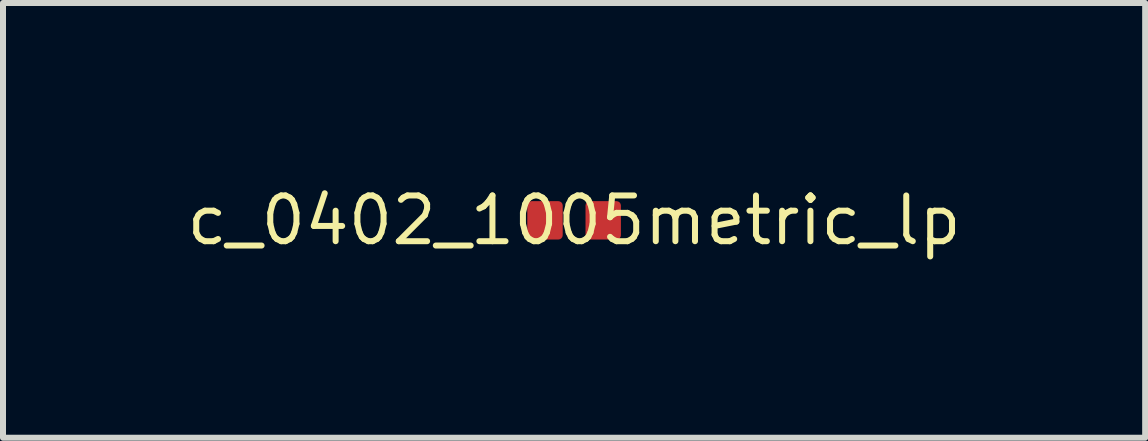
<source format=kicad_pcb>
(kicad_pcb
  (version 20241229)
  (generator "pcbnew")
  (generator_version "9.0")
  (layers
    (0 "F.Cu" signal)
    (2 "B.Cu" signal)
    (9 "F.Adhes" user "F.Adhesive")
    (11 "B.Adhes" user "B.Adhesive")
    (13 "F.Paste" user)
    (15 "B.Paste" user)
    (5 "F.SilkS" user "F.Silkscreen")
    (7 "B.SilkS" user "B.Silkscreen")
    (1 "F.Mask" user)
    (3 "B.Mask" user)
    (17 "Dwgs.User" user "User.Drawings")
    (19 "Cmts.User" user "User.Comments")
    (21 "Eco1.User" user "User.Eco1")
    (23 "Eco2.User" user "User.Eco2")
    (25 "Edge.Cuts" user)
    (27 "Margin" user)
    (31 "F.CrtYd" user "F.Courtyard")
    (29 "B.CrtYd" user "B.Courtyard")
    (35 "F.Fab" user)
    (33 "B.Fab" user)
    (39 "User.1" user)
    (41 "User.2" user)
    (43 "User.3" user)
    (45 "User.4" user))
  (footprint "c_0402_1005metric_lp"
    (layer "F.Cu")
    (at 6.515 0.621)
    (property "Reference" "c_0402_1005metric_lp" (at 0 0 0) (layer "F.SilkS") (effects (font (size 0.762 0.762) (thickness 0.1))))
    (attr through_hole)
    (fp_poly (pts (xy -0.04 -0.246) (xy -0.044 -0.29) (xy -0.057 -0.332) (xy -0.078 -0.371) (xy -0.106 -0.404) (xy -0.139 -0.432) (xy -0.178 -0.453) (xy -0.22 -0.466) (xy -0.264 -0.47) (xy -0.706 -0.47) (xy -0.75 -0.466) (xy -0.792 -0.453) (xy -0.831 -0.432) (xy -0.864 -0.404) (xy -0.892 -0.371) (xy -0.913 -0.332) (xy -0.926 -0.29) (xy -0.93 -0.246) (xy -0.93 0.246) (xy -0.926 0.29) (xy -0.913 0.332) (xy -0.892 0.371) (xy -0.864 0.404) (xy -0.831 0.432) (xy -0.792 0.453) (xy -0.75 0.466) (xy -0.706 0.47) (xy -0.264 0.47) (xy -0.22 0.466) (xy -0.178 0.453) (xy -0.139 0.432) (xy -0.106 0.404) (xy -0.078 0.371) (xy -0.057 0.332) (xy -0.044 0.29) (xy -0.04 0.246)) (stroke (width 0) (type solid)) (fill yes) (layer "F.Mask"))
    (fp_poly (pts (xy 0.93 -0.246) (xy 0.926 -0.29) (xy 0.913 -0.332) (xy 0.892 -0.371) (xy 0.864 -0.404) (xy 0.831 -0.432) (xy 0.792 -0.453) (xy 0.75 -0.466) (xy 0.706 -0.47) (xy 0.264 -0.47) (xy 0.22 -0.466) (xy 0.178 -0.453) (xy 0.139 -0.432) (xy 0.106 -0.404) (xy 0.078 -0.371) (xy 0.057 -0.332) (xy 0.044 -0.29) (xy 0.04 -0.246) (xy 0.04 0.246) (xy 0.044 0.29) (xy 0.057 0.332) (xy 0.078 0.371) (xy 0.106 0.404) (xy 0.139 0.432) (xy 0.178 0.453) (xy 0.22 0.466) (xy 0.264 0.47) (xy 0.706 0.47) (xy 0.75 0.466) (xy 0.792 0.453) (xy 0.831 0.432) (xy 0.864 0.404) (xy 0.892 0.371) (xy 0.913 0.332) (xy 0.926 0.29) (xy 0.93 0.246)) (stroke (width 0) (type solid)) (fill yes) (layer "F.Mask"))
    (pad "1" smd roundrect (at -0.485 0) (size 0.59 0.64) (layers "F.Cu" "F.Paste") (roundrect_rratio 0.125))
    (pad "2" smd roundrect (at 0.485 0) (size 0.59 0.64) (layers "F.Cu" "F.Paste") (roundrect_rratio 0.125)))
  (gr_rect
    (start -3 -3)
    (end 16.029 4.243)
    (stroke (width 0.1) (type default))
    (fill no)
    (layer "Edge.Cuts")))
</source>
